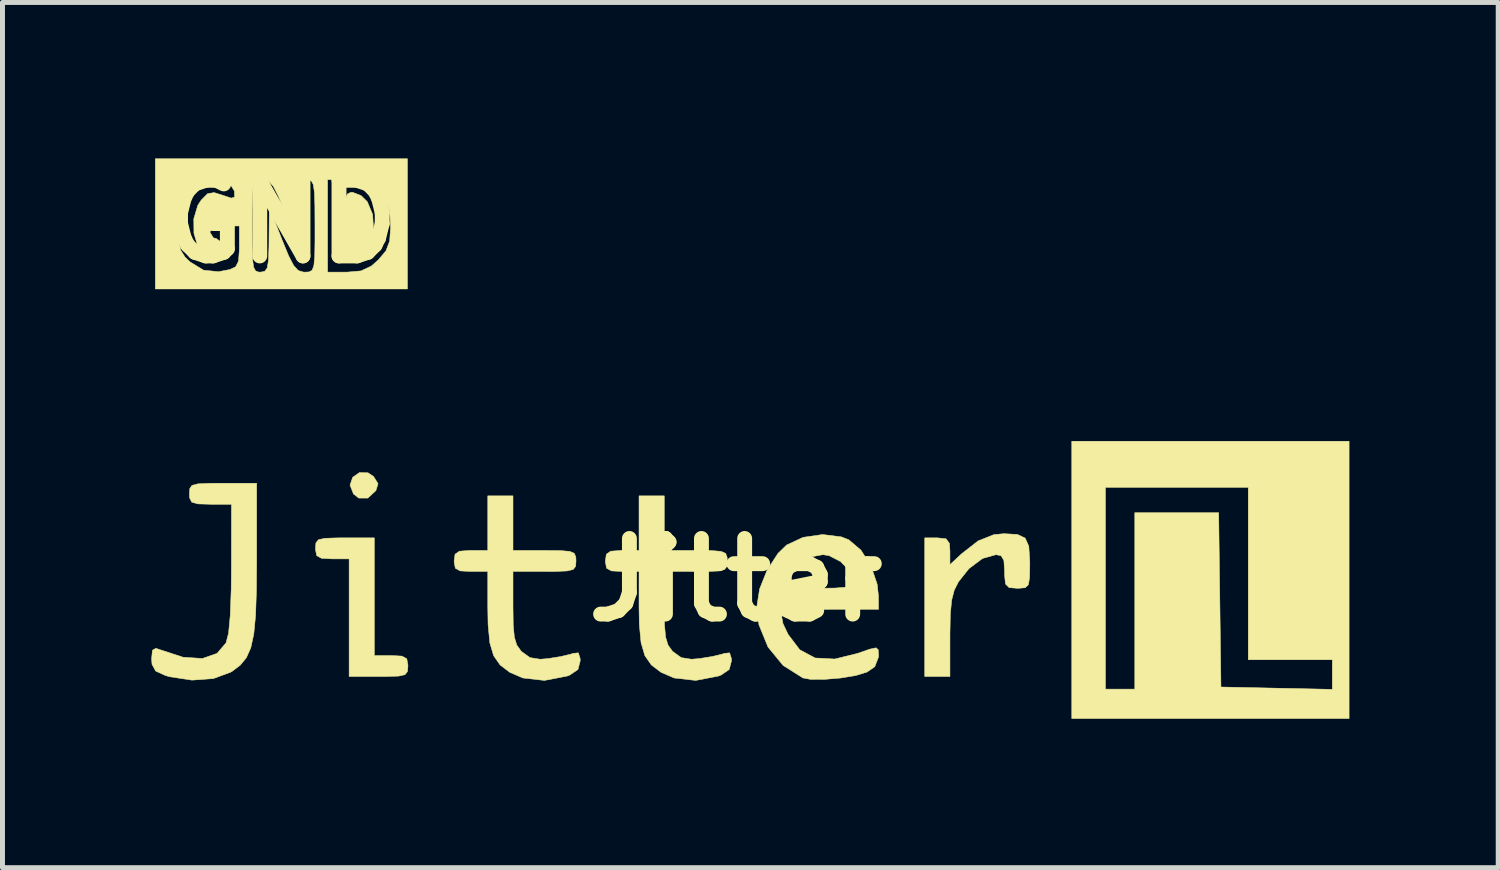
<source format=kicad_pcb>
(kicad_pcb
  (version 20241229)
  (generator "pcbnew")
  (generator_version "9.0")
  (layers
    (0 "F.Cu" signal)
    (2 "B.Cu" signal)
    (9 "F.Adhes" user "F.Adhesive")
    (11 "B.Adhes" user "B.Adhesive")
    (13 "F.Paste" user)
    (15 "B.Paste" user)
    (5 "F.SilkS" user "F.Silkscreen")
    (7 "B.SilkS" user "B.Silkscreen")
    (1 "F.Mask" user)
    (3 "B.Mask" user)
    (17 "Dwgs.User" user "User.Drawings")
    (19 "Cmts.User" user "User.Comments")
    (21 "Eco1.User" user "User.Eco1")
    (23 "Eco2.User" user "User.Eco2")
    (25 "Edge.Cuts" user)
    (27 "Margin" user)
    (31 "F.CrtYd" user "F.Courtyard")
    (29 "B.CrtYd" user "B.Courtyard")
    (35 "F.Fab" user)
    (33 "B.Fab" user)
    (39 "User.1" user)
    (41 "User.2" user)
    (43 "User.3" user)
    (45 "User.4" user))
  (footprint "GND"
    (layer "F.Cu")
    (at 2.62 1.418)
    (property "Reference" "GND" (at 0 0 0) (layer "F.SilkS") (effects (font (size 1.524 1.524) (thickness 0.3))))
    (attr through_hole)
    (fp_poly (pts (xy 1.604 -0.528) (xy 1.731 -0.404) (xy 1.838 -0.149) (xy 1.857 0.141) (xy 1.799 0.419) (xy 1.675 0.639) (xy 1.497 0.755) (xy 1.435 0.762) (xy 1.352 0.747) (xy 1.303 0.678) (xy 1.279 0.522) (xy 1.271 0.245) (xy 1.27 0.085) (xy 1.274 -0.253) (xy 1.29 -0.456) (xy 1.328 -0.557) (xy 1.395 -0.591) (xy 1.435 -0.593) (xy 1.604 -0.528)) (stroke (width 0.01) (type solid)) (fill yes) (layer "F.SilkS"))
    (fp_poly (pts (xy 2.54 1.355) (xy -2.54 1.355) (xy -2.54 0.085) (xy -2.074 0.085) (xy -2.066 0.386) (xy -2.028 0.576) (xy -1.941 0.713) (xy -1.837 0.812) (xy -1.568 0.976) (xy -1.268 1.007) (xy -1.037 0.963) (xy -0.921 0.908) (xy -0.864 0.794) (xy -0.847 0.571) (xy -0.847 0.498) (xy -0.847 0.085) (xy -0.593 0.085) (xy -0.591 0.492) (xy -0.581 0.76) (xy -0.559 0.917) (xy -0.519 0.992) (xy -0.455 1.015) (xy -0.423 1.016) (xy -0.338 1.001) (xy -0.286 0.933) (xy -0.26 0.778) (xy -0.25 0.502) (xy -0.249 0.36) (xy -0.243 -0.296) (xy 0.012 0.36) (xy 0.146 0.687) (xy 0.249 0.885) (xy 0.342 0.984) (xy 0.446 1.015) (xy 0.473 1.016) (xy 0.562 1.011) (xy 0.621 0.976) (xy 0.655 0.881) (xy 0.672 0.697) (xy 0.677 0.395) (xy 0.677 0.085) (xy 0.675 -0.323) (xy 0.666 -0.59) (xy 0.644 -0.747) (xy 0.604 -0.822) (xy 0.54 -0.846) (xy 0.508 -0.847) (xy 0.931 -0.847) (xy 0.931 1.016) (xy 1.319 1.016) (xy 1.604 0.991) (xy 1.812 0.894) (xy 1.954 0.769) (xy 2.108 0.585) (xy 2.182 0.391) (xy 2.201 0.112) (xy 2.201 0.085) (xy 2.185 -0.204) (xy 2.117 -0.402) (xy 1.969 -0.584) (xy 1.954 -0.599) (xy 1.749 -0.765) (xy 1.525 -0.836) (xy 1.319 -0.847) (xy 0.931 -0.847) (xy 0.508 -0.847) (xy 0.422 -0.832) (xy 0.371 -0.764) (xy 0.345 -0.609) (xy 0.335 -0.332) (xy 0.333 -0.191) (xy 0.328 0.466) (xy 0.072 -0.191) (xy -0.062 -0.518) (xy -0.164 -0.716) (xy -0.257 -0.815) (xy -0.361 -0.846) (xy -0.388 -0.847) (xy -0.477 -0.841) (xy -0.536 -0.806) (xy -0.57 -0.712) (xy -0.587 -0.528) (xy -0.592 -0.226) (xy -0.593 0.085) (xy -0.847 0.085) (xy -1.143 0.085) (xy -1.362 0.112) (xy -1.439 0.2) (xy -1.439 0.212) (xy -1.372 0.324) (xy -1.312 0.339) (xy -1.21 0.412) (xy -1.185 0.55) (xy -1.226 0.717) (xy -1.35 0.762) (xy -1.544 0.688) (xy -1.685 0.496) (xy -1.762 0.232) (xy -1.765 -0.059) (xy -1.684 -0.33) (xy -1.616 -0.435) (xy -1.486 -0.566) (xy -1.354 -0.587) (xy -1.188 -0.535) (xy -1.009 -0.476) (xy -0.943 -0.498) (xy -0.947 -0.617) (xy -0.947 -0.619) (xy -1.041 -0.771) (xy -1.235 -0.84) (xy -1.482 -0.822) (xy -1.734 -0.718) (xy -1.832 -0.647) (xy -1.968 -0.511) (xy -2.041 -0.367) (xy -2.07 -0.155) (xy -2.074 0.085) (xy -2.54 0.085) (xy -2.54 -1.27) (xy 2.54 -1.27) (xy 2.54 1.355)) (stroke (width 0.01) (type solid)) (fill yes) (layer "F.SilkS")))
  (footprint "Jitter"
    (layer "F.Cu")
    (at 11.774 8.635)
    (property "Reference" "Jitter" (at 0 0 0) (layer "F.SilkS") (effects (font (size 1.524 1.524) (thickness 0.3))))
    (attr through_hole)
    (fp_poly (pts (xy -7.409 -2.158) (xy -7.297 -2.084) (xy -7.206 -1.938) (xy -7.25 -1.798) (xy -7.413 -1.648) (xy -7.594 -1.648) (xy -7.701 -1.731) (xy -7.771 -1.91) (xy -7.717 -2.067) (xy -7.582 -2.162) (xy -7.409 -2.158)) (stroke (width 0.01) (type solid)) (fill yes) (layer "F.SilkS"))
    (fp_poly (pts (xy 12.361 2.794) (xy 6.773 2.794) (xy 6.773 -1.863) (xy 7.451 -1.863) (xy 7.451 2.201) (xy 8.043 2.201) (xy 8.043 -1.355) (xy 9.733 -1.355) (xy 9.756 0.402) (xy 9.779 2.159) (xy 12.023 2.206) (xy 12.023 1.609) (xy 10.329 1.609) (xy 10.329 -1.863) (xy 7.451 -1.863) (xy 6.773 -1.863) (xy 6.773 -2.794) (xy 12.361 -2.794) (xy 12.361 2.794)) (stroke (width 0.01) (type solid)) (fill yes) (layer "F.SilkS"))
    (fp_poly (pts (xy -7.281 1.524) (xy -6.943 1.524) (xy -6.724 1.536) (xy -6.627 1.59) (xy -6.604 1.717) (xy -6.604 1.736) (xy -6.613 1.846) (xy -6.663 1.91) (xy -6.793 1.939) (xy -7.039 1.947) (xy -7.197 1.947) (xy -7.789 1.947) (xy -7.789 -0.423) (xy -8.128 -0.423) (xy -8.346 -0.435) (xy -8.443 -0.489) (xy -8.467 -0.617) (xy -8.467 -0.635) (xy -8.458 -0.746) (xy -8.407 -0.809) (xy -8.278 -0.838) (xy -8.032 -0.846) (xy -7.874 -0.847) (xy -7.281 -0.847) (xy -7.281 1.524)) (stroke (width 0.01) (type solid)) (fill yes) (layer "F.SilkS"))
    (fp_poly (pts (xy 5.678 -0.915) (xy 5.834 -0.842) (xy 5.907 -0.678) (xy 5.926 -0.386) (xy 5.927 -0.33) (xy 5.923 -0.052) (xy 5.899 0.097) (xy 5.834 0.158) (xy 5.707 0.169) (xy 5.673 0.169) (xy 5.51 0.156) (xy 5.437 0.083) (xy 5.419 -0.097) (xy 5.419 -0.169) (xy 5.405 -0.391) (xy 5.348 -0.488) (xy 5.246 -0.508) (xy 4.975 -0.432) (xy 4.701 -0.227) (xy 4.489 0.04) (xy 4.405 0.207) (xy 4.353 0.407) (xy 4.326 0.683) (xy 4.318 1.08) (xy 4.318 1.132) (xy 4.318 1.947) (xy 3.81 1.947) (xy 3.81 -0.847) (xy 4.064 -0.847) (xy 4.24 -0.828) (xy 4.308 -0.735) (xy 4.318 -0.577) (xy 4.318 -0.307) (xy 4.551 -0.524) (xy 4.885 -0.785) (xy 5.2 -0.911) (xy 5.406 -0.931) (xy 5.678 -0.915)) (stroke (width 0.01) (type solid)) (fill yes) (layer "F.SilkS"))
    (fp_poly (pts (xy -9.652 -0.421) (xy -9.657 0.221) (xy -9.674 0.717) (xy -9.71 1.091) (xy -9.77 1.367) (xy -9.859 1.568) (xy -9.983 1.719) (xy -10.147 1.843) (xy -10.176 1.86) (xy -10.525 1.989) (xy -10.956 2.02) (xy -11.409 1.951) (xy -11.493 1.926) (xy -11.687 1.837) (xy -11.761 1.702) (xy -11.769 1.587) (xy -11.752 1.417) (xy -11.682 1.379) (xy -11.62 1.4) (xy -11.138 1.558) (xy -10.745 1.584) (xy -10.45 1.481) (xy -10.269 1.269) (xy -10.218 1.072) (xy -10.184 0.713) (xy -10.165 0.189) (xy -10.161 -0.233) (xy -10.16 -1.524) (xy -10.583 -1.524) (xy -10.835 -1.531) (xy -10.96 -1.566) (xy -11.003 -1.651) (xy -11.007 -1.736) (xy -10.999 -1.841) (xy -10.955 -1.904) (xy -10.838 -1.935) (xy -10.615 -1.946) (xy -10.329 -1.947) (xy -9.652 -1.947) (xy -9.652 -0.421)) (stroke (width 0.01) (type solid)) (fill yes) (layer "F.SilkS"))
    (fp_poly (pts (xy -4.487 -0.593) (xy -3.852 -0.593) (xy -3.529 -0.59) (xy -3.34 -0.574) (xy -3.249 -0.533) (xy -3.22 -0.455) (xy -3.217 -0.381) (xy -3.225 -0.273) (xy -3.273 -0.21) (xy -3.396 -0.18) (xy -3.629 -0.17) (xy -3.852 -0.169) (xy -4.487 -0.169) (xy -4.487 0.55) (xy -4.482 0.917) (xy -4.459 1.156) (xy -4.411 1.313) (xy -4.329 1.428) (xy -4.308 1.449) (xy -4.144 1.567) (xy -3.939 1.599) (xy -3.779 1.586) (xy -3.519 1.544) (xy -3.313 1.494) (xy -3.281 1.482) (xy -3.17 1.47) (xy -3.134 1.584) (xy -3.133 1.634) (xy -3.178 1.806) (xy -3.341 1.917) (xy -3.399 1.939) (xy -3.853 2.026) (xy -4.287 1.977) (xy -4.553 1.862) (xy -4.747 1.714) (xy -4.877 1.527) (xy -4.954 1.268) (xy -4.989 0.9) (xy -4.995 0.545) (xy -4.995 -0.169) (xy -5.334 -0.169) (xy -5.552 -0.181) (xy -5.649 -0.235) (xy -5.673 -0.363) (xy -5.673 -0.381) (xy -5.654 -0.517) (xy -5.567 -0.578) (xy -5.363 -0.593) (xy -5.334 -0.593) (xy -4.995 -0.593) (xy -4.995 -1.693) (xy -4.487 -1.693) (xy -4.487 -0.593)) (stroke (width 0.01) (type solid)) (fill yes) (layer "F.SilkS"))
    (fp_poly (pts (xy -1.439 -0.593) (xy -0.804 -0.593) (xy -0.481 -0.59) (xy -0.292 -0.574) (xy -0.201 -0.533) (xy -0.172 -0.455) (xy -0.169 -0.381) (xy -0.177 -0.273) (xy -0.225 -0.21) (xy -0.348 -0.18) (xy -0.581 -0.17) (xy -0.804 -0.169) (xy -1.439 -0.169) (xy -1.439 0.55) (xy -1.434 0.917) (xy -1.411 1.156) (xy -1.363 1.313) (xy -1.281 1.428) (xy -1.26 1.449) (xy -1.096 1.567) (xy -0.891 1.599) (xy -0.731 1.586) (xy -0.471 1.544) (xy -0.265 1.494) (xy -0.233 1.482) (xy -0.122 1.47) (xy -0.086 1.584) (xy -0.085 1.634) (xy -0.13 1.806) (xy -0.293 1.917) (xy -0.351 1.939) (xy -0.805 2.026) (xy -1.239 1.977) (xy -1.505 1.862) (xy -1.699 1.714) (xy -1.829 1.527) (xy -1.906 1.268) (xy -1.941 0.9) (xy -1.947 0.545) (xy -1.947 -0.169) (xy -2.286 -0.169) (xy -2.504 -0.181) (xy -2.601 -0.235) (xy -2.625 -0.363) (xy -2.625 -0.381) (xy -2.606 -0.517) (xy -2.519 -0.578) (xy -2.315 -0.593) (xy -2.286 -0.593) (xy -1.947 -0.593) (xy -1.947 -1.693) (xy -1.439 -1.693) (xy -1.439 -0.593)) (stroke (width 0.01) (type solid)) (fill yes) (layer "F.SilkS"))
    (fp_poly (pts (xy 2.13 -0.867) (xy 2.279 -0.808) (xy 2.524 -0.6) (xy 2.726 -0.283) (xy 2.851 0.085) (xy 2.877 0.318) (xy 2.879 0.593) (xy 1.905 0.593) (xy 1.457 0.596) (xy 1.159 0.615) (xy 0.989 0.66) (xy 0.928 0.745) (xy 0.954 0.882) (xy 1.049 1.082) (xy 1.058 1.1) (xy 1.292 1.409) (xy 1.602 1.574) (xy 1.995 1.595) (xy 2.455 1.482) (xy 2.702 1.396) (xy 2.828 1.369) (xy 2.873 1.407) (xy 2.879 1.518) (xy 2.879 1.553) (xy 2.803 1.75) (xy 2.646 1.858) (xy 2.42 1.927) (xy 2.112 1.978) (xy 1.786 2.005) (xy 1.507 2.004) (xy 1.355 1.976) (xy 0.955 1.723) (xy 0.652 1.353) (xy 0.469 0.905) (xy 0.425 0.547) (xy 0.483 0.182) (xy 0.488 0.169) (xy 0.927 0.169) (xy 1.649 0.169) (xy 2.003 0.165) (xy 2.22 0.148) (xy 2.332 0.112) (xy 2.369 0.05) (xy 2.371 0.027) (xy 2.297 -0.18) (xy 2.115 -0.369) (xy 1.881 -0.489) (xy 1.758 -0.508) (xy 1.412 -0.445) (xy 1.16 -0.244) (xy 1.057 -0.082) (xy 0.927 0.169) (xy 0.488 0.169) (xy 0.636 -0.201) (xy 0.853 -0.534) (xy 1.027 -0.703) (xy 1.359 -0.857) (xy 1.752 -0.914) (xy 2.13 -0.867)) (stroke (width 0.01) (type solid)) (fill yes) (layer "F.SilkS")))
  (gr_rect
    (start -3 -3)
    (end 27.14 14.434)
    (stroke (width 0.1) (type default))
    (fill no)
    (layer "Edge.Cuts")))
</source>
